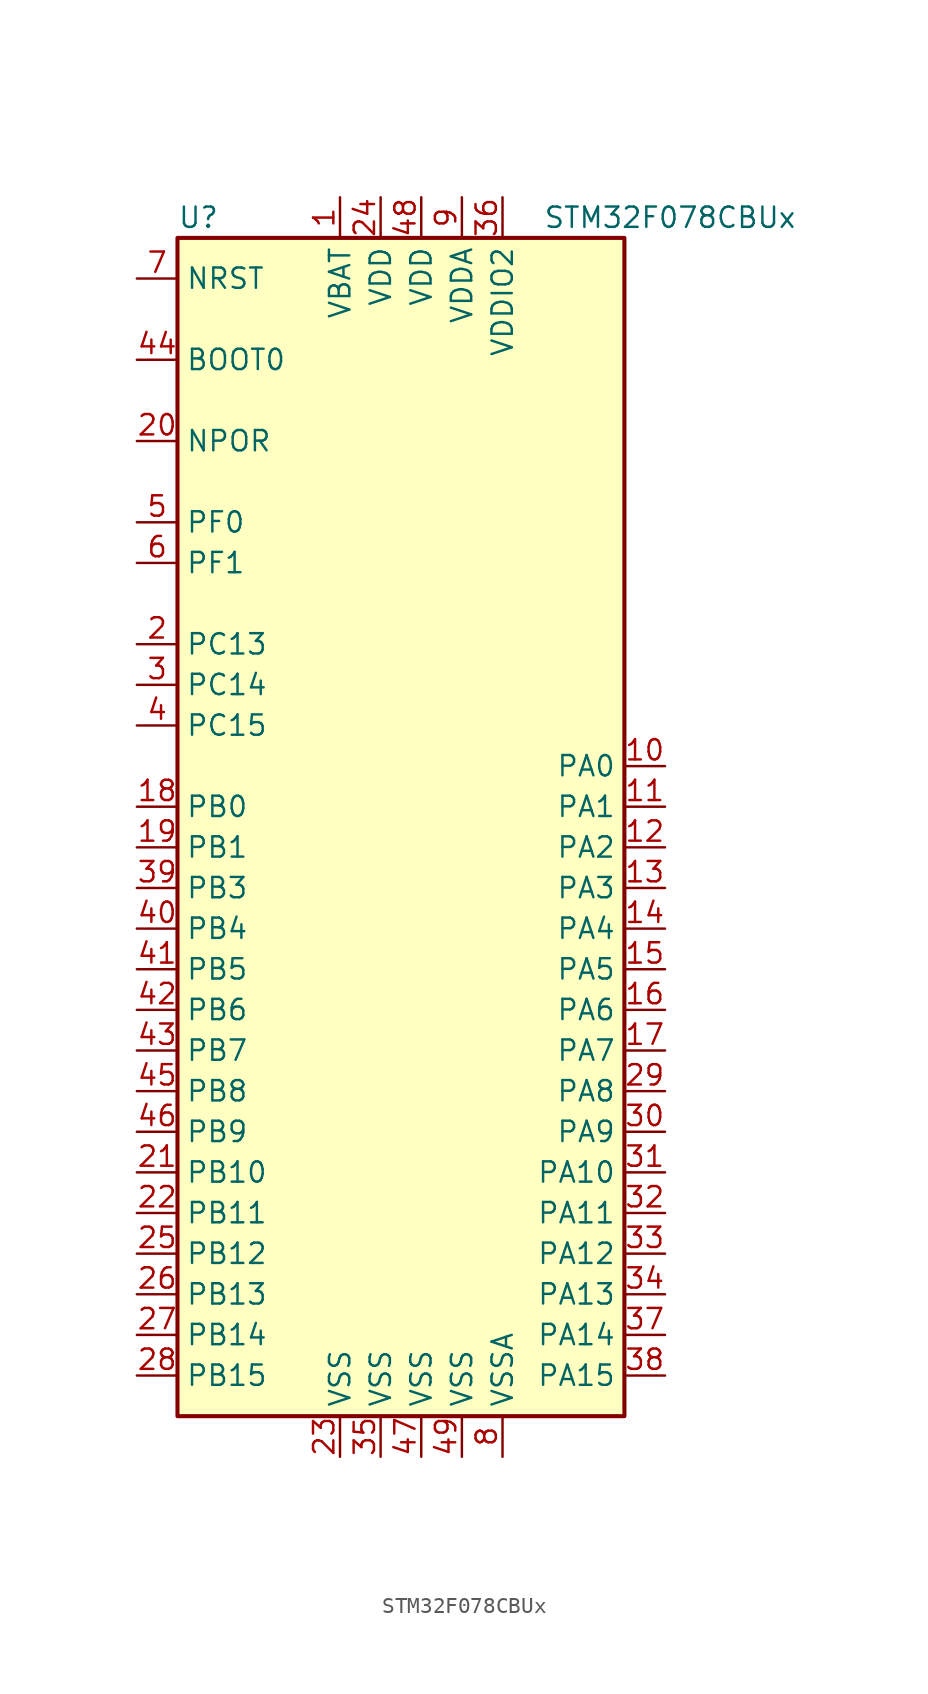
<source format=kicad_sym>
(kicad_symbol_lib
  (version 20211014)
  (generator kicad_symbol_editor)
  (symbol "STM32F078CBUx"
    (property "Reference" "U"
      (at -15.24 36.83 0)
      (effects (font (size 1.27 1.27)) (justify left)))
    (property "Value" "STM32F078CBUx"
      (at 7.62 36.83 0)
      (effects (font (size 1.27 1.27)) (justify left)))
    (symbol "STM32F078CBUx_0_1"
      (rectangle (start -15.24 -38.1) (end 12.7 35.56) (stroke (width 0.254) (type default) (color 0 0 0 0)) (fill (type background))))
    (symbol "STM32F078CBUx_1_1"
      (pin power_in line (at -5.08 38.1 270) (length 2.54) (name "VBAT" (effects (font (size 1.27 1.27)))) (number "1" (effects (font (size 1.27 1.27)))))
      (pin bidirectional line (at 15.24 2.54 180) (length 2.54) (name "PA0" (effects (font (size 1.27 1.27)))) (number "10" (effects (font (size 1.27 1.27)))))
      (pin bidirectional line (at 15.24 0 180) (length 2.54) (name "PA1" (effects (font (size 1.27 1.27)))) (number "11" (effects (font (size 1.27 1.27)))))
      (pin bidirectional line (at 15.24 -2.54 180) (length 2.54) (name "PA2" (effects (font (size 1.27 1.27)))) (number "12" (effects (font (size 1.27 1.27)))))
      (pin bidirectional line (at 15.24 -5.08 180) (length 2.54) (name "PA3" (effects (font (size 1.27 1.27)))) (number "13" (effects (font (size 1.27 1.27)))))
      (pin bidirectional line (at 15.24 -7.62 180) (length 2.54) (name "PA4" (effects (font (size 1.27 1.27)))) (number "14" (effects (font (size 1.27 1.27)))))
      (pin bidirectional line (at 15.24 -10.16 180) (length 2.54) (name "PA5" (effects (font (size 1.27 1.27)))) (number "15" (effects (font (size 1.27 1.27)))))
      (pin bidirectional line (at 15.24 -12.7 180) (length 2.54) (name "PA6" (effects (font (size 1.27 1.27)))) (number "16" (effects (font (size 1.27 1.27)))))
      (pin bidirectional line (at 15.24 -15.24 180) (length 2.54) (name "PA7" (effects (font (size 1.27 1.27)))) (number "17" (effects (font (size 1.27 1.27)))))
      (pin bidirectional line (at -17.78 0 0) (length 2.54) (name "PB0" (effects (font (size 1.27 1.27)))) (number "18" (effects (font (size 1.27 1.27)))))
      (pin bidirectional line (at -17.78 -2.54 0) (length 2.54) (name "PB1" (effects (font (size 1.27 1.27)))) (number "19" (effects (font (size 1.27 1.27)))))
      (pin bidirectional line (at -17.78 10.16 0) (length 2.54) (name "PC13" (effects (font (size 1.27 1.27)))) (number "2" (effects (font (size 1.27 1.27)))))
      (pin power_in line (at -17.78 22.86 0) (length 2.54) (name "NPOR" (effects (font (size 1.27 1.27)))) (number "20" (effects (font (size 1.27 1.27)))))
      (pin bidirectional line (at -17.78 -22.86 0) (length 2.54) (name "PB10" (effects (font (size 1.27 1.27)))) (number "21" (effects (font (size 1.27 1.27)))))
      (pin bidirectional line (at -17.78 -25.4 0) (length 2.54) (name "PB11" (effects (font (size 1.27 1.27)))) (number "22" (effects (font (size 1.27 1.27)))))
      (pin power_in line (at -5.08 -40.64 90) (length 2.54) (name "VSS" (effects (font (size 1.27 1.27)))) (number "23" (effects (font (size 1.27 1.27)))))
      (pin power_in line (at -2.54 38.1 270) (length 2.54) (name "VDD" (effects (font (size 1.27 1.27)))) (number "24" (effects (font (size 1.27 1.27)))))
      (pin bidirectional line (at -17.78 -27.94 0) (length 2.54) (name "PB12" (effects (font (size 1.27 1.27)))) (number "25" (effects (font (size 1.27 1.27)))))
      (pin bidirectional line (at -17.78 -30.48 0) (length 2.54) (name "PB13" (effects (font (size 1.27 1.27)))) (number "26" (effects (font (size 1.27 1.27)))))
      (pin bidirectional line (at -17.78 -33.02 0) (length 2.54) (name "PB14" (effects (font (size 1.27 1.27)))) (number "27" (effects (font (size 1.27 1.27)))))
      (pin bidirectional line (at -17.78 -35.56 0) (length 2.54) (name "PB15" (effects (font (size 1.27 1.27)))) (number "28" (effects (font (size 1.27 1.27)))))
      (pin bidirectional line (at 15.24 -17.78 180) (length 2.54) (name "PA8" (effects (font (size 1.27 1.27)))) (number "29" (effects (font (size 1.27 1.27)))))
      (pin bidirectional line (at -17.78 7.62 0) (length 2.54) (name "PC14" (effects (font (size 1.27 1.27)))) (number "3" (effects (font (size 1.27 1.27)))))
      (pin bidirectional line (at 15.24 -20.32 180) (length 2.54) (name "PA9" (effects (font (size 1.27 1.27)))) (number "30" (effects (font (size 1.27 1.27)))))
      (pin bidirectional line (at 15.24 -22.86 180) (length 2.54) (name "PA10" (effects (font (size 1.27 1.27)))) (number "31" (effects (font (size 1.27 1.27)))))
      (pin bidirectional line (at 15.24 -25.4 180) (length 2.54) (name "PA11" (effects (font (size 1.27 1.27)))) (number "32" (effects (font (size 1.27 1.27)))))
      (pin bidirectional line (at 15.24 -27.94 180) (length 2.54) (name "PA12" (effects (font (size 1.27 1.27)))) (number "33" (effects (font (size 1.27 1.27)))))
      (pin bidirectional line (at 15.24 -30.48 180) (length 2.54) (name "PA13" (effects (font (size 1.27 1.27)))) (number "34" (effects (font (size 1.27 1.27)))))
      (pin power_in line (at -2.54 -40.64 90) (length 2.54) (name "VSS" (effects (font (size 1.27 1.27)))) (number "35" (effects (font (size 1.27 1.27)))))
      (pin power_in line (at 5.08 38.1 270) (length 2.54) (name "VDDIO2" (effects (font (size 1.27 1.27)))) (number "36" (effects (font (size 1.27 1.27)))))
      (pin bidirectional line (at 15.24 -33.02 180) (length 2.54) (name "PA14" (effects (font (size 1.27 1.27)))) (number "37" (effects (font (size 1.27 1.27)))))
      (pin bidirectional line (at 15.24 -35.56 180) (length 2.54) (name "PA15" (effects (font (size 1.27 1.27)))) (number "38" (effects (font (size 1.27 1.27)))))
      (pin bidirectional line (at -17.78 -5.08 0) (length 2.54) (name "PB3" (effects (font (size 1.27 1.27)))) (number "39" (effects (font (size 1.27 1.27)))))
      (pin bidirectional line (at -17.78 5.08 0) (length 2.54) (name "PC15" (effects (font (size 1.27 1.27)))) (number "4" (effects (font (size 1.27 1.27)))))
      (pin bidirectional line (at -17.78 -7.62 0) (length 2.54) (name "PB4" (effects (font (size 1.27 1.27)))) (number "40" (effects (font (size 1.27 1.27)))))
      (pin bidirectional line (at -17.78 -10.16 0) (length 2.54) (name "PB5" (effects (font (size 1.27 1.27)))) (number "41" (effects (font (size 1.27 1.27)))))
      (pin bidirectional line (at -17.78 -12.7 0) (length 2.54) (name "PB6" (effects (font (size 1.27 1.27)))) (number "42" (effects (font (size 1.27 1.27)))))
      (pin bidirectional line (at -17.78 -15.24 0) (length 2.54) (name "PB7" (effects (font (size 1.27 1.27)))) (number "43" (effects (font (size 1.27 1.27)))))
      (pin input line (at -17.78 27.94 0) (length 2.54) (name "BOOT0" (effects (font (size 1.27 1.27)))) (number "44" (effects (font (size 1.27 1.27)))))
      (pin bidirectional line (at -17.78 -17.78 0) (length 2.54) (name "PB8" (effects (font (size 1.27 1.27)))) (number "45" (effects (font (size 1.27 1.27)))))
      (pin bidirectional line (at -17.78 -20.32 0) (length 2.54) (name "PB9" (effects (font (size 1.27 1.27)))) (number "46" (effects (font (size 1.27 1.27)))))
      (pin power_in line (at 0 -40.64 90) (length 2.54) (name "VSS" (effects (font (size 1.27 1.27)))) (number "47" (effects (font (size 1.27 1.27)))))
      (pin power_in line (at 0 38.1 270) (length 2.54) (name "VDD" (effects (font (size 1.27 1.27)))) (number "48" (effects (font (size 1.27 1.27)))))
      (pin power_in line (at 2.54 -40.64 90) (length 2.54) (name "VSS" (effects (font (size 1.27 1.27)))) (number "49" (effects (font (size 1.27 1.27)))))
      (pin input line (at -17.78 17.78 0) (length 2.54) (name "PF0" (effects (font (size 1.27 1.27)))) (number "5" (effects (font (size 1.27 1.27)))))
      (pin input line (at -17.78 15.24 0) (length 2.54) (name "PF1" (effects (font (size 1.27 1.27)))) (number "6" (effects (font (size 1.27 1.27)))))
      (pin input line (at -17.78 33.02 0) (length 2.54) (name "NRST" (effects (font (size 1.27 1.27)))) (number "7" (effects (font (size 1.27 1.27)))))
      (pin power_in line (at 5.08 -40.64 90) (length 2.54) (name "VSSA" (effects (font (size 1.27 1.27)))) (number "8" (effects (font (size 1.27 1.27)))))
      (pin power_in line (at 2.54 38.1 270) (length 2.54) (name "VDDA" (effects (font (size 1.27 1.27)))) (number "9" (effects (font (size 1.27 1.27))))))))
</source>
